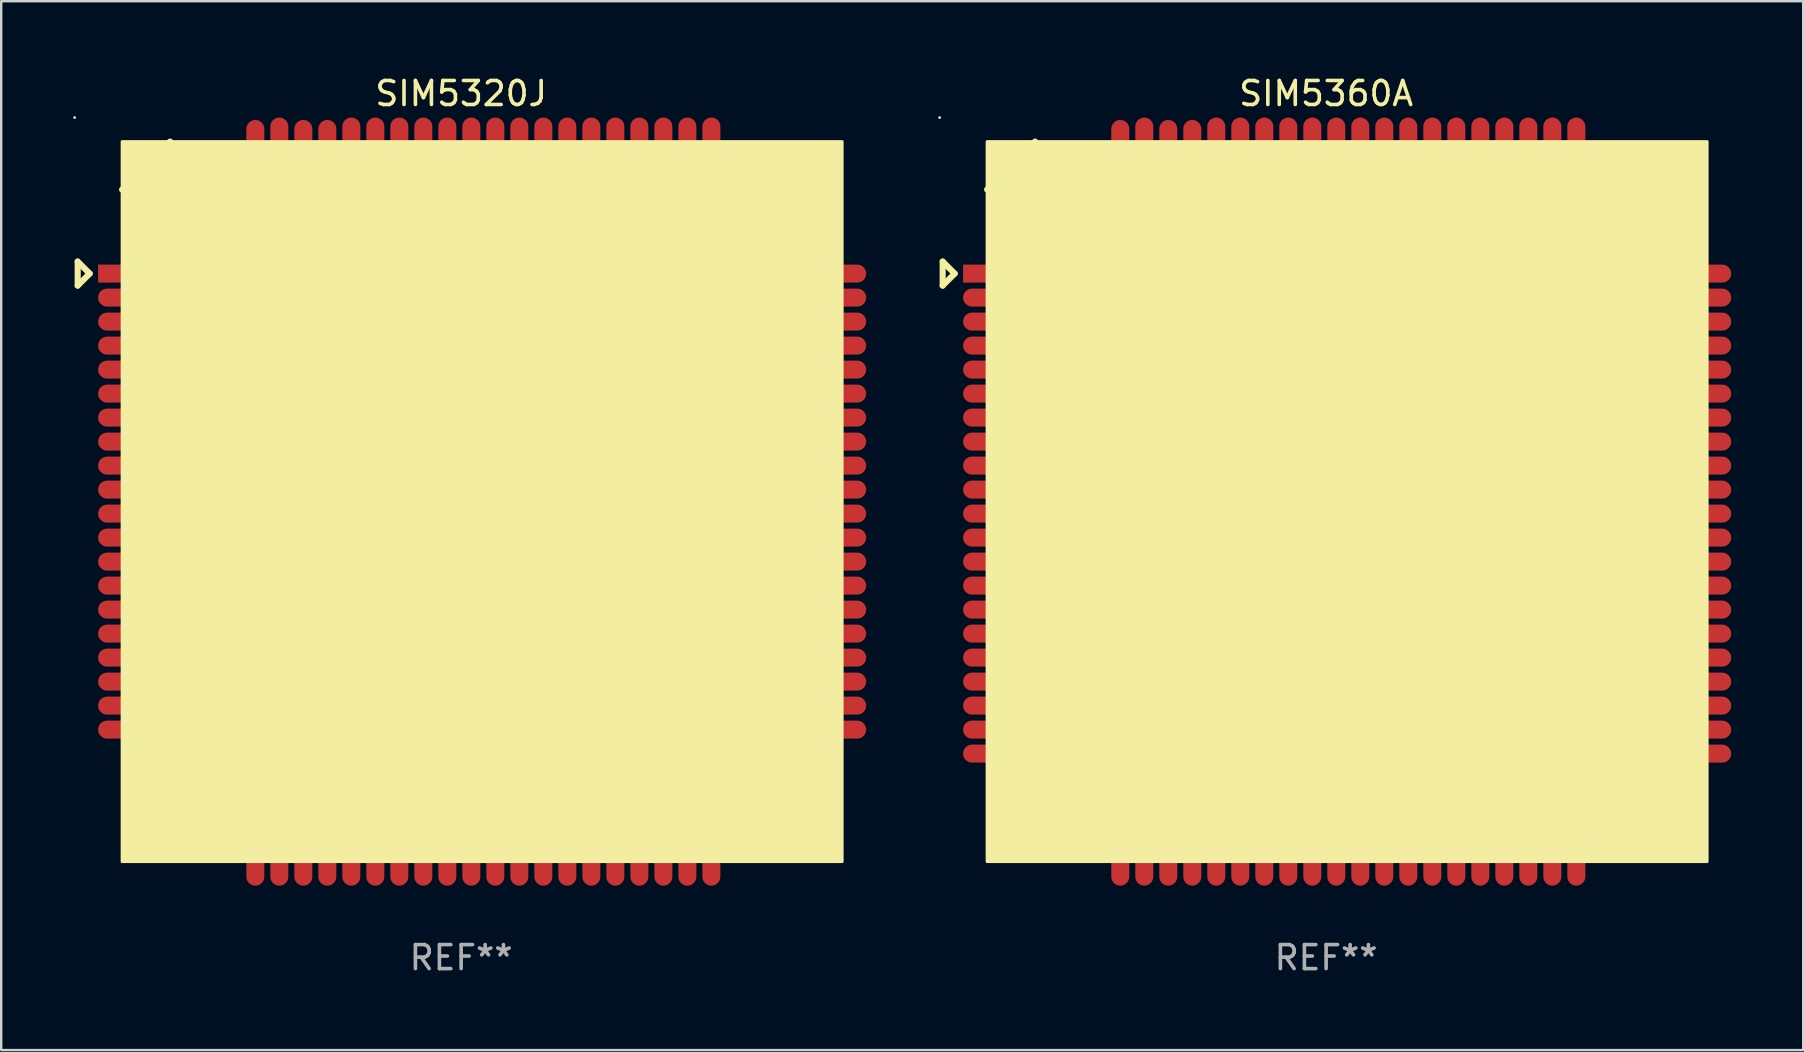
<source format=kicad_pcb>
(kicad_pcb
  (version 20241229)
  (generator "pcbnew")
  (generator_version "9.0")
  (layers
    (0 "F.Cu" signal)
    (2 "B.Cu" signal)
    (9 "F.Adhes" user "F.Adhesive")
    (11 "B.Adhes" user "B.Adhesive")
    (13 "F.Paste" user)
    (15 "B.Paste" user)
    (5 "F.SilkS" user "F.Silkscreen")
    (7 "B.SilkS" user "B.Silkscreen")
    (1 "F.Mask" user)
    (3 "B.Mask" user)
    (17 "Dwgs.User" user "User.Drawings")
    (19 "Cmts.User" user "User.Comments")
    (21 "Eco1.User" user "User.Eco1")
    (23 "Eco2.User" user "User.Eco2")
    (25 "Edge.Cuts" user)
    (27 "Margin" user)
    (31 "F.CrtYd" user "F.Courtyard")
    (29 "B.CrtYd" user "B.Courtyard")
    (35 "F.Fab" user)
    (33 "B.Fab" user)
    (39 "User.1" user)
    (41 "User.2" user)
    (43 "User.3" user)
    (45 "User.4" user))
  (footprint "SIM5360A"
    (layer "F.Cu")
    (at 52.199 17.848)
    (property "Reference" "SIM5360A" (at 0 -17 0) (layer "F.SilkS") (effects (font (size 1 1) (thickness 0.15))))
    (attr through_hole)
    (fp_line (start -15.975 -10) (end -15.975 -9) (stroke (width 0.254) (type solid)) (layer "F.SilkS"))
    (fp_line (start -15.975 -9) (end -15.475 -9.5) (stroke (width 0.254) (type solid)) (layer "F.SilkS"))
    (fp_line (start -15.475 -9.5) (end -15.975 -10) (stroke (width 0.254) (type solid)) (layer "F.SilkS"))
    (fp_line (start -12.125 -15) (end -14.125 -13) (stroke (width 0.254) (type solid)) (layer "F.SilkS"))
    (fp_circle (center -16.102 -16) (end -16.072 -16) (stroke (width 0.06) (type solid)) (fill no) (layer "F.SilkS"))
    (fp_poly (pts (xy -14.125 -15) (xy 15.875 -15) (xy 15.875 15) (xy -14.125 15)) (stroke (width 0.12) (type solid)) (fill yes) (layer "F.SilkS"))
    (fp_text user "REF**" (at 0 19 0) (layer "F.Fab") (effects (font (size 1 1) (thickness 0.15))))
    (pad "1" smd rect (at -14.125 -9.5) (size 2 0.75) (layers "F.Cu" "F.Mask" "F.Paste"))
    (pad "2" smd oval (at -14.125 -8.5) (size 2 0.75) (layers "F.Cu" "F.Mask" "F.Paste"))
    (pad "3" smd oval (at -14.125 -7.5) (size 2 0.75) (layers "F.Cu" "F.Mask" "F.Paste"))
    (pad "4" smd oval (at -14.125 -6.5) (size 2 0.75) (layers "F.Cu" "F.Mask" "F.Paste"))
    (pad "5" smd oval (at -14.125 -5.5) (size 2 0.75) (layers "F.Cu" "F.Mask" "F.Paste"))
    (pad "6" smd oval (at -14.125 -4.5) (size 2 0.75) (layers "F.Cu" "F.Mask" "F.Paste"))
    (pad "7" smd oval (at -14.125 -3.5) (size 2 0.75) (layers "F.Cu" "F.Mask" "F.Paste"))
    (pad "8" smd oval (at -14.125 -2.5) (size 2 0.75) (layers "F.Cu" "F.Mask" "F.Paste"))
    (pad "9" smd oval (at -14.125 -1.5) (size 2 0.75) (layers "F.Cu" "F.Mask" "F.Paste"))
    (pad "10" smd oval (at -14.125 -0.5) (size 2 0.75) (layers "F.Cu" "F.Mask" "F.Paste"))
    (pad "11" smd oval (at -14.125 0.5) (size 2 0.75) (layers "F.Cu" "F.Mask" "F.Paste"))
    (pad "12" smd oval (at -14.125 1.5) (size 2 0.75) (layers "F.Cu" "F.Mask" "F.Paste"))
    (pad "13" smd oval (at -14.125 2.5) (size 2 0.75) (layers "F.Cu" "F.Mask" "F.Paste"))
    (pad "14" smd oval (at -14.125 3.5) (size 2 0.75) (layers "F.Cu" "F.Mask" "F.Paste"))
    (pad "15" smd oval (at -14.125 4.5) (size 2 0.75) (layers "F.Cu" "F.Mask" "F.Paste"))
    (pad "16" smd oval (at -14.125 5.5) (size 2 0.75) (layers "F.Cu" "F.Mask" "F.Paste"))
    (pad "17" smd oval (at -14.125 6.5) (size 2 0.75) (layers "F.Cu" "F.Mask" "F.Paste"))
    (pad "18" smd oval (at -14.125 7.5) (size 2 0.75) (layers "F.Cu" "F.Mask" "F.Paste"))
    (pad "19" smd oval (at -14.125 8.5) (size 2 0.75) (layers "F.Cu" "F.Mask" "F.Paste"))
    (pad "20" smd oval (at -14.125 9.5) (size 2 0.75) (layers "F.Cu" "F.Mask" "F.Paste"))
    (pad "21" smd oval (at -8.575 15 90) (size 2 0.75) (layers "F.Cu" "F.Mask" "F.Paste"))
    (pad "22" smd oval (at -7.575 15 90) (size 2 0.75) (layers "F.Cu" "F.Mask" "F.Paste"))
    (pad "23" smd oval (at -6.575 15 90) (size 2 0.75) (layers "F.Cu" "F.Mask" "F.Paste"))
    (pad "24" smd oval (at -5.575 15 90) (size 2 0.75) (layers "F.Cu" "F.Mask" "F.Paste"))
    (pad "25" smd oval (at -4.575 15 90) (size 2 0.75) (layers "F.Cu" "F.Mask" "F.Paste"))
    (pad "26" smd oval (at -3.575 15 90) (size 2 0.75) (layers "F.Cu" "F.Mask" "F.Paste"))
    (pad "27" smd oval (at -2.575 15 90) (size 2 0.75) (layers "F.Cu" "F.Mask" "F.Paste"))
    (pad "28" smd oval (at -1.575 15 90) (size 2 0.75) (layers "F.Cu" "F.Mask" "F.Paste"))
    (pad "29" smd oval (at -0.575 15 90) (size 2 0.75) (layers "F.Cu" "F.Mask" "F.Paste"))
    (pad "30" smd oval (at 0.425 15 90) (size 2 0.75) (layers "F.Cu" "F.Mask" "F.Paste"))
    (pad "31" smd oval (at 1.425 15 90) (size 2 0.75) (layers "F.Cu" "F.Mask" "F.Paste"))
    (pad "32" smd oval (at 2.425 15 90) (size 2 0.75) (layers "F.Cu" "F.Mask" "F.Paste"))
    (pad "33" smd oval (at 3.425 15 90) (size 2 0.75) (layers "F.Cu" "F.Mask" "F.Paste"))
    (pad "34" smd oval (at 4.425 15 90) (size 2 0.75) (layers "F.Cu" "F.Mask" "F.Paste"))
    (pad "35" smd oval (at 5.425 15 90) (size 2 0.75) (layers "F.Cu" "F.Mask" "F.Paste"))
    (pad "36" smd oval (at 6.425 15 90) (size 2 0.75) (layers "F.Cu" "F.Mask" "F.Paste"))
    (pad "37" smd oval (at 7.425 15 90) (size 2 0.75) (layers "F.Cu" "F.Mask" "F.Paste"))
    (pad "38" smd oval (at 8.425 15 90) (size 2 0.75) (layers "F.Cu" "F.Mask" "F.Paste"))
    (pad "39" smd oval (at 9.425 15 90) (size 2 0.75) (layers "F.Cu" "F.Mask" "F.Paste"))
    (pad "40" smd oval (at 10.425 15 90) (size 2 0.75) (layers "F.Cu" "F.Mask" "F.Paste"))
    (pad "41" smd oval (at 15.875 9.5 180) (size 2 0.75) (layers "F.Cu" "F.Mask" "F.Paste"))
    (pad "42" smd oval (at 15.875 8.5 180) (size 2 0.75) (layers "F.Cu" "F.Mask" "F.Paste"))
    (pad "43" smd oval (at 15.875 7.5 180) (size 2 0.75) (layers "F.Cu" "F.Mask" "F.Paste"))
    (pad "44" smd oval (at 15.875 6.5 180) (size 2 0.75) (layers "F.Cu" "F.Mask" "F.Paste"))
    (pad "45" smd oval (at 15.875 5.5 180) (size 2 0.75) (layers "F.Cu" "F.Mask" "F.Paste"))
    (pad "46" smd oval (at 15.875 4.5 180) (size 2 0.75) (layers "F.Cu" "F.Mask" "F.Paste"))
    (pad "47" smd oval (at 15.875 3.5 180) (size 2 0.75) (layers "F.Cu" "F.Mask" "F.Paste"))
    (pad "48" smd oval (at 15.875 2.5 180) (size 2 0.75) (layers "F.Cu" "F.Mask" "F.Paste"))
    (pad "49" smd oval (at 15.875 1.5 180) (size 2 0.75) (layers "F.Cu" "F.Mask" "F.Paste"))
    (pad "50" smd oval (at 15.875 0.5 180) (size 2 0.75) (layers "F.Cu" "F.Mask" "F.Paste"))
    (pad "51" smd oval (at 15.875 -0.5 180) (size 2 0.75) (layers "F.Cu" "F.Mask" "F.Paste"))
    (pad "52" smd oval (at 15.875 -1.5 180) (size 2 0.75) (layers "F.Cu" "F.Mask" "F.Paste"))
    (pad "53" smd oval (at 15.875 -2.5 180) (size 2 0.75) (layers "F.Cu" "F.Mask" "F.Paste"))
    (pad "54" smd oval (at 15.875 -3.5 180) (size 2 0.75) (layers "F.Cu" "F.Mask" "F.Paste"))
    (pad "55" smd oval (at 15.875 -4.5 180) (size 2 0.75) (layers "F.Cu" "F.Mask" "F.Paste"))
    (pad "56" smd oval (at 15.875 -5.5 180) (size 2 0.75) (layers "F.Cu" "F.Mask" "F.Paste"))
    (pad "57" smd oval (at 15.975 -6.5 180) (size 1.8 0.75) (layers "F.Cu" "F.Mask" "F.Paste"))
    (pad "58" smd oval (at 15.975 -7.5 180) (size 1.8 0.75) (layers "F.Cu" "F.Mask" "F.Paste"))
    (pad "59" smd oval (at 15.875 -8.5 180) (size 2 0.75) (layers "F.Cu" "F.Mask" "F.Paste"))
    (pad "60" smd oval (at 15.975 -9.5 180) (size 1.8 0.75) (layers "F.Cu" "F.Mask" "F.Paste"))
    (pad "61" smd oval (at 10.425 -15 270) (size 2 0.75) (layers "F.Cu" "F.Mask" "F.Paste"))
    (pad "62" smd oval (at 9.425 -15 270) (size 2 0.75) (layers "F.Cu" "F.Mask" "F.Paste"))
    (pad "63" smd oval (at 8.425 -15 270) (size 2 0.75) (layers "F.Cu" "F.Mask" "F.Paste"))
    (pad "64" smd oval (at 7.425 -15 270) (size 2 0.75) (layers "F.Cu" "F.Mask" "F.Paste"))
    (pad "65" smd oval (at 6.425 -15 270) (size 2 0.75) (layers "F.Cu" "F.Mask" "F.Paste"))
    (pad "66" smd oval (at 5.425 -15 270) (size 2 0.75) (layers "F.Cu" "F.Mask" "F.Paste"))
    (pad "67" smd oval (at 4.425 -15 270) (size 2 0.75) (layers "F.Cu" "F.Mask" "F.Paste"))
    (pad "68" smd oval (at 3.425 -15 270) (size 2 0.75) (layers "F.Cu" "F.Mask" "F.Paste"))
    (pad "69" smd oval (at 2.425 -15 270) (size 2 0.75) (layers "F.Cu" "F.Mask" "F.Paste"))
    (pad "70" smd oval (at 1.425 -15 270) (size 2 0.75) (layers "F.Cu" "F.Mask" "F.Paste"))
    (pad "71" smd oval (at 0.425 -15 270) (size 2 0.75) (layers "F.Cu" "F.Mask" "F.Paste"))
    (pad "72" smd oval (at -0.575 -15 270) (size 2 0.75) (layers "F.Cu" "F.Mask" "F.Paste"))
    (pad "73" smd oval (at -1.575 -15 270) (size 2 0.75) (layers "F.Cu" "F.Mask" "F.Paste"))
    (pad "74" smd oval (at -2.575 -15 270) (size 2 0.75) (layers "F.Cu" "F.Mask" "F.Paste"))
    (pad "75" smd oval (at -3.575 -15 270) (size 2 0.75) (layers "F.Cu" "F.Mask" "F.Paste"))
    (pad "76" smd oval (at -4.575 -15 270) (size 2 0.75) (layers "F.Cu" "F.Mask" "F.Paste"))
    (pad "77" smd oval (at -5.575 -15 270) (size 1.8 0.75) (layers "F.Cu" "F.Mask" "F.Paste"))
    (pad "78" smd oval (at -6.575 -15 270) (size 1.8 0.75) (layers "F.Cu" "F.Mask" "F.Paste"))
    (pad "79" smd oval (at -7.575 -15 270) (size 2 0.75) (layers "F.Cu" "F.Mask" "F.Paste"))
    (pad "80" smd oval (at -8.575 -15 270) (size 1.8 0.75) (layers "F.Cu" "F.Mask" "F.Paste"))
    (pad "81" smd oval (at -14.125 10.5) (size 2 0.75) (layers "F.Cu" "F.Mask" "F.Paste"))
    (pad "82" smd oval (at 15.875 10.5 180) (size 2 0.75) (layers "F.Cu" "F.Mask" "F.Paste")))
  (footprint "SIM5320J"
    (layer "F.Cu")
    (at 16.162 17.848)
    (property "Reference" "SIM5320J" (at 0 -17 0) (layer "F.SilkS") (effects (font (size 1 1) (thickness 0.15))))
    (attr through_hole)
    (fp_line (start -15.975 -10) (end -15.975 -9) (stroke (width 0.254) (type solid)) (layer "F.SilkS"))
    (fp_line (start -15.975 -9) (end -15.475 -9.5) (stroke (width 0.254) (type solid)) (layer "F.SilkS"))
    (fp_line (start -15.475 -9.5) (end -15.975 -10) (stroke (width 0.254) (type solid)) (layer "F.SilkS"))
    (fp_line (start -12.125 -15) (end -14.125 -13) (stroke (width 0.254) (type solid)) (layer "F.SilkS"))
    (fp_circle (center -16.102 -16) (end -16.072 -16) (stroke (width 0.06) (type solid)) (fill no) (layer "F.SilkS"))
    (fp_poly (pts (xy -14.125 -15) (xy 15.875 -15) (xy 15.875 15) (xy -14.125 15)) (stroke (width 0.12) (type solid)) (fill yes) (layer "F.SilkS"))
    (fp_text user "REF**" (at 0 19 0) (layer "F.Fab") (effects (font (size 1 1) (thickness 0.15))))
    (pad "1" smd rect (at -14.125 -9.5) (size 2 0.75) (layers "F.Cu" "F.Mask" "F.Paste"))
    (pad "2" smd oval (at -14.125 -8.5) (size 2 0.75) (layers "F.Cu" "F.Mask" "F.Paste"))
    (pad "3" smd oval (at -14.125 -7.5) (size 2 0.75) (layers "F.Cu" "F.Mask" "F.Paste"))
    (pad "4" smd oval (at -14.125 -6.5) (size 2 0.75) (layers "F.Cu" "F.Mask" "F.Paste"))
    (pad "5" smd oval (at -14.125 -5.5) (size 2 0.75) (layers "F.Cu" "F.Mask" "F.Paste"))
    (pad "6" smd oval (at -14.125 -4.5) (size 2 0.75) (layers "F.Cu" "F.Mask" "F.Paste"))
    (pad "7" smd oval (at -14.125 -3.5) (size 2 0.75) (layers "F.Cu" "F.Mask" "F.Paste"))
    (pad "8" smd oval (at -14.125 -2.5) (size 2 0.75) (layers "F.Cu" "F.Mask" "F.Paste"))
    (pad "9" smd oval (at -14.125 -1.5) (size 2 0.75) (layers "F.Cu" "F.Mask" "F.Paste"))
    (pad "10" smd oval (at -14.125 -0.5) (size 2 0.75) (layers "F.Cu" "F.Mask" "F.Paste"))
    (pad "11" smd oval (at -14.125 0.5) (size 2 0.75) (layers "F.Cu" "F.Mask" "F.Paste"))
    (pad "12" smd oval (at -14.125 1.5) (size 2 0.75) (layers "F.Cu" "F.Mask" "F.Paste"))
    (pad "13" smd oval (at -14.125 2.5) (size 2 0.75) (layers "F.Cu" "F.Mask" "F.Paste"))
    (pad "14" smd oval (at -14.125 3.5) (size 2 0.75) (layers "F.Cu" "F.Mask" "F.Paste"))
    (pad "15" smd oval (at -14.125 4.5) (size 2 0.75) (layers "F.Cu" "F.Mask" "F.Paste"))
    (pad "16" smd oval (at -14.125 5.5) (size 2 0.75) (layers "F.Cu" "F.Mask" "F.Paste"))
    (pad "17" smd oval (at -14.125 6.5) (size 2 0.75) (layers "F.Cu" "F.Mask" "F.Paste"))
    (pad "18" smd oval (at -14.125 7.5) (size 2 0.75) (layers "F.Cu" "F.Mask" "F.Paste"))
    (pad "19" smd oval (at -14.125 8.5) (size 2 0.75) (layers "F.Cu" "F.Mask" "F.Paste"))
    (pad "20" smd oval (at -14.125 9.5) (size 2 0.75) (layers "F.Cu" "F.Mask" "F.Paste"))
    (pad "21" smd oval (at -8.575 15 90) (size 2 0.75) (layers "F.Cu" "F.Mask" "F.Paste"))
    (pad "22" smd oval (at -7.575 15 90) (size 2 0.75) (layers "F.Cu" "F.Mask" "F.Paste"))
    (pad "23" smd oval (at -6.575 15 90) (size 2 0.75) (layers "F.Cu" "F.Mask" "F.Paste"))
    (pad "24" smd oval (at -5.575 15 90) (size 2 0.75) (layers "F.Cu" "F.Mask" "F.Paste"))
    (pad "25" smd oval (at -4.575 15 90) (size 2 0.75) (layers "F.Cu" "F.Mask" "F.Paste"))
    (pad "26" smd oval (at -3.575 15 90) (size 2 0.75) (layers "F.Cu" "F.Mask" "F.Paste"))
    (pad "27" smd oval (at -2.575 15 90) (size 2 0.75) (layers "F.Cu" "F.Mask" "F.Paste"))
    (pad "28" smd oval (at -1.575 15 90) (size 2 0.75) (layers "F.Cu" "F.Mask" "F.Paste"))
    (pad "29" smd oval (at -0.575 15 90) (size 2 0.75) (layers "F.Cu" "F.Mask" "F.Paste"))
    (pad "30" smd oval (at 0.425 15 90) (size 2 0.75) (layers "F.Cu" "F.Mask" "F.Paste"))
    (pad "31" smd oval (at 1.425 15 90) (size 2 0.75) (layers "F.Cu" "F.Mask" "F.Paste"))
    (pad "32" smd oval (at 2.425 15 90) (size 2 0.75) (layers "F.Cu" "F.Mask" "F.Paste"))
    (pad "33" smd oval (at 3.425 15 90) (size 2 0.75) (layers "F.Cu" "F.Mask" "F.Paste"))
    (pad "34" smd oval (at 4.425 15 90) (size 2 0.75) (layers "F.Cu" "F.Mask" "F.Paste"))
    (pad "35" smd oval (at 5.425 15 90) (size 2 0.75) (layers "F.Cu" "F.Mask" "F.Paste"))
    (pad "36" smd oval (at 6.425 15 90) (size 2 0.75) (layers "F.Cu" "F.Mask" "F.Paste"))
    (pad "37" smd oval (at 7.425 15 90) (size 2 0.75) (layers "F.Cu" "F.Mask" "F.Paste"))
    (pad "38" smd oval (at 8.425 15 90) (size 2 0.75) (layers "F.Cu" "F.Mask" "F.Paste"))
    (pad "39" smd oval (at 9.425 15 90) (size 2 0.75) (layers "F.Cu" "F.Mask" "F.Paste"))
    (pad "40" smd oval (at 10.425 15 90) (size 2 0.75) (layers "F.Cu" "F.Mask" "F.Paste"))
    (pad "41" smd oval (at 15.875 9.5 180) (size 2 0.75) (layers "F.Cu" "F.Mask" "F.Paste"))
    (pad "42" smd oval (at 15.875 8.5 180) (size 2 0.75) (layers "F.Cu" "F.Mask" "F.Paste"))
    (pad "43" smd oval (at 15.875 7.5 180) (size 2 0.75) (layers "F.Cu" "F.Mask" "F.Paste"))
    (pad "44" smd oval (at 15.875 6.5 180) (size 2 0.75) (layers "F.Cu" "F.Mask" "F.Paste"))
    (pad "45" smd oval (at 15.875 5.5 180) (size 2 0.75) (layers "F.Cu" "F.Mask" "F.Paste"))
    (pad "46" smd oval (at 15.875 4.5 180) (size 2 0.75) (layers "F.Cu" "F.Mask" "F.Paste"))
    (pad "47" smd oval (at 15.875 3.5 180) (size 2 0.75) (layers "F.Cu" "F.Mask" "F.Paste"))
    (pad "48" smd oval (at 15.875 2.5 180) (size 2 0.75) (layers "F.Cu" "F.Mask" "F.Paste"))
    (pad "49" smd oval (at 15.875 1.5 180) (size 2 0.75) (layers "F.Cu" "F.Mask" "F.Paste"))
    (pad "50" smd oval (at 15.875 0.5 180) (size 2 0.75) (layers "F.Cu" "F.Mask" "F.Paste"))
    (pad "51" smd oval (at 15.875 -0.5 180) (size 2 0.75) (layers "F.Cu" "F.Mask" "F.Paste"))
    (pad "52" smd oval (at 15.875 -1.5 180) (size 2 0.75) (layers "F.Cu" "F.Mask" "F.Paste"))
    (pad "53" smd oval (at 15.875 -2.5 180) (size 2 0.75) (layers "F.Cu" "F.Mask" "F.Paste"))
    (pad "54" smd oval (at 15.875 -3.5 180) (size 2 0.75) (layers "F.Cu" "F.Mask" "F.Paste"))
    (pad "55" smd oval (at 15.875 -4.5 180) (size 2 0.75) (layers "F.Cu" "F.Mask" "F.Paste"))
    (pad "56" smd oval (at 15.875 -5.5 180) (size 2 0.75) (layers "F.Cu" "F.Mask" "F.Paste"))
    (pad "57" smd oval (at 15.975 -6.5 180) (size 1.8 0.75) (layers "F.Cu" "F.Mask" "F.Paste"))
    (pad "58" smd oval (at 15.975 -7.5 180) (size 1.8 0.75) (layers "F.Cu" "F.Mask" "F.Paste"))
    (pad "59" smd oval (at 15.875 -8.5 180) (size 2 0.75) (layers "F.Cu" "F.Mask" "F.Paste"))
    (pad "60" smd oval (at 15.975 -9.5 180) (size 1.8 0.75) (layers "F.Cu" "F.Mask" "F.Paste"))
    (pad "61" smd oval (at 10.425 -15 270) (size 2 0.75) (layers "F.Cu" "F.Mask" "F.Paste"))
    (pad "62" smd oval (at 9.425 -15 270) (size 2 0.75) (layers "F.Cu" "F.Mask" "F.Paste"))
    (pad "63" smd oval (at 8.425 -15 270) (size 2 0.75) (layers "F.Cu" "F.Mask" "F.Paste"))
    (pad "64" smd oval (at 7.425 -15 270) (size 2 0.75) (layers "F.Cu" "F.Mask" "F.Paste"))
    (pad "65" smd oval (at 6.425 -15 270) (size 2 0.75) (layers "F.Cu" "F.Mask" "F.Paste"))
    (pad "66" smd oval (at 5.425 -15 270) (size 2 0.75) (layers "F.Cu" "F.Mask" "F.Paste"))
    (pad "67" smd oval (at 4.425 -15 270) (size 2 0.75) (layers "F.Cu" "F.Mask" "F.Paste"))
    (pad "68" smd oval (at 3.425 -15 270) (size 2 0.75) (layers "F.Cu" "F.Mask" "F.Paste"))
    (pad "69" smd oval (at 2.425 -15 270) (size 2 0.75) (layers "F.Cu" "F.Mask" "F.Paste"))
    (pad "70" smd oval (at 1.425 -15 270) (size 2 0.75) (layers "F.Cu" "F.Mask" "F.Paste"))
    (pad "71" smd oval (at 0.425 -15 270) (size 2 0.75) (layers "F.Cu" "F.Mask" "F.Paste"))
    (pad "72" smd oval (at -0.575 -15 270) (size 2 0.75) (layers "F.Cu" "F.Mask" "F.Paste"))
    (pad "73" smd oval (at -1.575 -15 270) (size 2 0.75) (layers "F.Cu" "F.Mask" "F.Paste"))
    (pad "74" smd oval (at -2.575 -15 270) (size 2 0.75) (layers "F.Cu" "F.Mask" "F.Paste"))
    (pad "75" smd oval (at -3.575 -15 270) (size 2 0.75) (layers "F.Cu" "F.Mask" "F.Paste"))
    (pad "76" smd oval (at -4.575 -15 270) (size 2 0.75) (layers "F.Cu" "F.Mask" "F.Paste"))
    (pad "77" smd oval (at -5.575 -15 270) (size 1.8 0.75) (layers "F.Cu" "F.Mask" "F.Paste"))
    (pad "78" smd oval (at -6.575 -15 270) (size 1.8 0.75) (layers "F.Cu" "F.Mask" "F.Paste"))
    (pad "79" smd oval (at -7.575 -15 270) (size 2 0.75) (layers "F.Cu" "F.Mask" "F.Paste"))
    (pad "80" smd oval (at -8.575 -15 270) (size 1.8 0.75) (layers "F.Cu" "F.Mask" "F.Paste")))
  (gr_rect
    (start -3 -3)
    (end 72.075 40.697)
    (stroke (width 0.1) (type default))
    (fill no)
    (layer "Edge.Cuts")))
</source>
